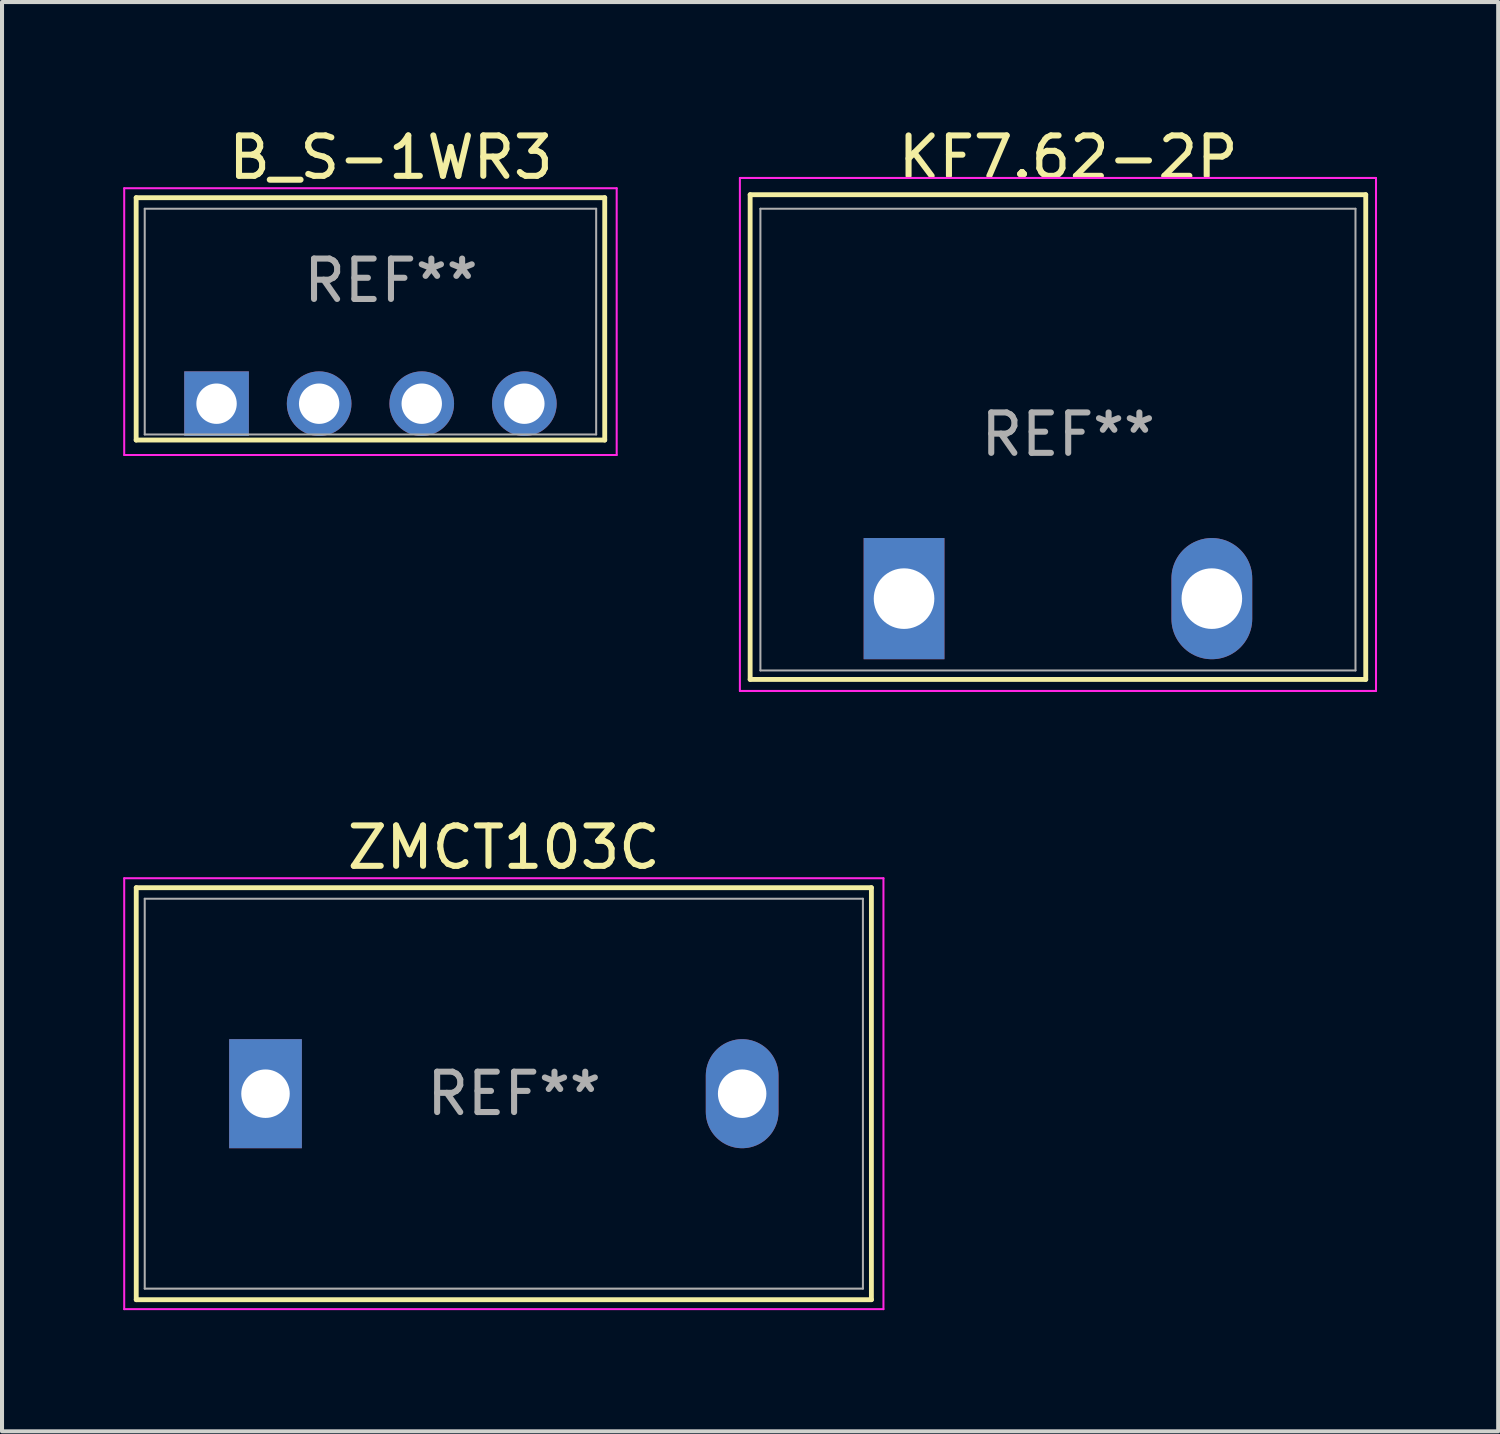
<source format=kicad_pcb>
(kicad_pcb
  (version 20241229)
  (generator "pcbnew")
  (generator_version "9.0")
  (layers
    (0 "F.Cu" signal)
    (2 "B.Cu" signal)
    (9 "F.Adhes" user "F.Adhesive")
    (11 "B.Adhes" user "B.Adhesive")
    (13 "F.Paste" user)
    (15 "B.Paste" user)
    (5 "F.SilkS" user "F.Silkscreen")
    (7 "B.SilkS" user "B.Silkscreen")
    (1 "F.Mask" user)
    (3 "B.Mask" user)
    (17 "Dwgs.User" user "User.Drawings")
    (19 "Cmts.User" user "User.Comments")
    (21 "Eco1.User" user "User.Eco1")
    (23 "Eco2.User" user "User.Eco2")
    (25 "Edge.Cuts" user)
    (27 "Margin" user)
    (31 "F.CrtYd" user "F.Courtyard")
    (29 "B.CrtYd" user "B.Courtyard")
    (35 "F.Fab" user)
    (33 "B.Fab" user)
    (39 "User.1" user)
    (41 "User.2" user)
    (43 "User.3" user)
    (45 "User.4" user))
  (footprint "KF7.62-2P"
    (layer "F.Cu")
    (at 23.141 11.77)
    (property "Reference" "KF7.62-2P" (at 0.254 -10.922 0) (layer "F.SilkS") (effects (font (size 1 1) (thickness 0.15))))
    (attr through_hole)
    (fp_line (start -7.62 -10) (end 7.62 -10) (stroke (width 0.12) (type solid)) (layer "F.SilkS"))
    (fp_line (start -7.62 2) (end -7.62 -10) (stroke (width 0.12) (type solid)) (layer "F.SilkS"))
    (fp_line (start -7.62 2) (end 7.62 2) (stroke (width 0.12) (type solid)) (layer "F.SilkS"))
    (fp_line (start 7.62 -10) (end 7.62 2) (stroke (width 0.12) (type solid)) (layer "F.SilkS"))
    (fp_line (start -7.874 -10.414) (end 7.874 -10.414) (stroke (width 0.05) (type solid)) (layer "F.CrtYd"))
    (fp_line (start -7.874 2.286) (end -7.874 -10.414) (stroke (width 0.05) (type solid)) (layer "F.CrtYd"))
    (fp_line (start 7.874 -10.414) (end 7.874 2.286) (stroke (width 0.05) (type solid)) (layer "F.CrtYd"))
    (fp_line (start 7.874 2.286) (end -7.874 2.286) (stroke (width 0.05) (type solid)) (layer "F.CrtYd"))
    (fp_line (start -7.366 -9.652) (end 7.366 -9.652) (stroke (width 0.05) (type solid)) (layer "F.Fab"))
    (fp_line (start -7.366 1.778) (end -7.366 -9.652) (stroke (width 0.05) (type solid)) (layer "F.Fab"))
    (fp_line (start 7.366 -9.652) (end 7.366 1.778) (stroke (width 0.05) (type solid)) (layer "F.Fab"))
    (fp_line (start 7.366 1.778) (end -7.366 1.778) (stroke (width 0.05) (type solid)) (layer "F.Fab"))
    (fp_text user "REF**" (at 0.254 -4.064 0) (layer "F.Fab") (effects (font (size 1 1) (thickness 0.15))))
    (pad "1" thru_hole trapezoid (at -3.81 0) (size 2 3) (drill 1.5) (layers "*.Cu" "*.Mask"))
    (pad "2" thru_hole oval (at 3.81 0) (size 2 3) (drill 1.5) (layers "*.Cu" "*.Mask")))
  (footprint "B_S-1WR3"
    (layer "F.Cu")
    (at 6.121 6.944)
    (property "Reference" "B_S-1WR3" (at 0.508 -6.096 0) (layer "F.SilkS") (effects (font (size 1 1) (thickness 0.15))))
    (attr through_hole)
    (fp_line (start -5.8 -5.1) (end 5.8 -5.1) (stroke (width 0.12) (type solid)) (layer "F.SilkS"))
    (fp_line (start -5.8 0.9) (end -5.8 -5.1) (stroke (width 0.12) (type solid)) (layer "F.SilkS"))
    (fp_line (start -5.8 0.9) (end 5.8 0.9) (stroke (width 0.12) (type solid)) (layer "F.SilkS"))
    (fp_line (start 5.8 -5.1) (end 5.8 0.9) (stroke (width 0.12) (type solid)) (layer "F.SilkS"))
    (fp_line (start -6.096 -5.334) (end 6.096 -5.334) (stroke (width 0.05) (type solid)) (layer "F.CrtYd"))
    (fp_line (start -6.096 1.27) (end -6.096 -5.334) (stroke (width 0.05) (type solid)) (layer "F.CrtYd"))
    (fp_line (start 6.096 -5.334) (end 6.096 1.27) (stroke (width 0.05) (type solid)) (layer "F.CrtYd"))
    (fp_line (start 6.096 1.27) (end -6.096 1.27) (stroke (width 0.05) (type solid)) (layer "F.CrtYd"))
    (fp_line (start -5.588 -4.826) (end 5.588 -4.826) (stroke (width 0.05) (type solid)) (layer "F.Fab"))
    (fp_line (start -5.588 0.762) (end -5.588 -4.826) (stroke (width 0.05) (type solid)) (layer "F.Fab"))
    (fp_line (start 5.588 -4.826) (end 5.588 0.762) (stroke (width 0.05) (type solid)) (layer "F.Fab"))
    (fp_line (start 5.588 0.762) (end -5.588 0.762) (stroke (width 0.05) (type solid)) (layer "F.Fab"))
    (fp_text user "REF**" (at 0.508 -3.048 0) (layer "F.Fab") (effects (font (size 1 1) (thickness 0.15))))
    (pad "1" thru_hole rect (at -3.81 0) (size 1.6 1.6) (drill 1) (layers "*.Cu" "*.Mask"))
    (pad "2" thru_hole circle (at -1.27 0) (size 1.6 1.6) (drill 1) (layers "*.Cu" "*.Mask"))
    (pad "3" thru_hole circle (at 1.27 0) (size 1.6 1.6) (drill 1) (layers "*.Cu" "*.Mask"))
    (pad "4" thru_hole circle (at 3.81 0) (size 1.6 1.6) (drill 1) (layers "*.Cu" "*.Mask")))
  (footprint "ZMCT103C"
    (layer "F.Cu")
    (at 9.423 24.026)
    (property "Reference" "ZMCT103C" (at 0 -6.096 0) (layer "F.SilkS") (effects (font (size 1 1) (thickness 0.15))))
    (attr through_hole)
    (fp_line (start -9.1 -5.1) (end 9.1 -5.1) (stroke (width 0.12) (type solid)) (layer "F.SilkS"))
    (fp_line (start -9.1 5.1) (end -9.1 -5.1) (stroke (width 0.12) (type solid)) (layer "F.SilkS"))
    (fp_line (start -9.1 5.1) (end 9.1 5.1) (stroke (width 0.12) (type solid)) (layer "F.SilkS"))
    (fp_line (start 9.1 -5.1) (end 9.1 5.1) (stroke (width 0.12) (type solid)) (layer "F.SilkS"))
    (fp_line (start -9.398 -5.334) (end 9.398 -5.334) (stroke (width 0.05) (type solid)) (layer "F.CrtYd"))
    (fp_line (start -9.398 5.334) (end -9.398 -5.334) (stroke (width 0.05) (type solid)) (layer "F.CrtYd"))
    (fp_line (start 9.398 -5.334) (end 9.398 5.334) (stroke (width 0.05) (type solid)) (layer "F.CrtYd"))
    (fp_line (start 9.398 5.334) (end -9.398 5.334) (stroke (width 0.05) (type solid)) (layer "F.CrtYd"))
    (fp_line (start -8.89 -4.826) (end 8.89 -4.826) (stroke (width 0.05) (type solid)) (layer "F.Fab"))
    (fp_line (start -8.89 4.826) (end -8.89 -4.826) (stroke (width 0.05) (type solid)) (layer "F.Fab"))
    (fp_line (start 8.89 -4.826) (end 8.89 4.826) (stroke (width 0.05) (type solid)) (layer "F.Fab"))
    (fp_line (start 8.89 4.826) (end -8.89 4.826) (stroke (width 0.05) (type solid)) (layer "F.Fab"))
    (fp_text user "REF**" (at 0.254 0 0) (layer "F.Fab") (effects (font (size 1 1) (thickness 0.15))))
    (pad "1" thru_hole trapezoid (at -5.9 0) (size 1.8 2.7) (drill 1.2) (layers "*.Cu" "*.Mask"))
    (pad "2" thru_hole oval (at 5.9 0) (size 1.8 2.7) (drill 1.2) (layers "*.Cu" "*.Mask")))
  (gr_rect
    (start -3 -3)
    (end 34.04 32.385)
    (stroke (width 0.1) (type default))
    (fill no)
    (layer "Edge.Cuts")))
</source>
